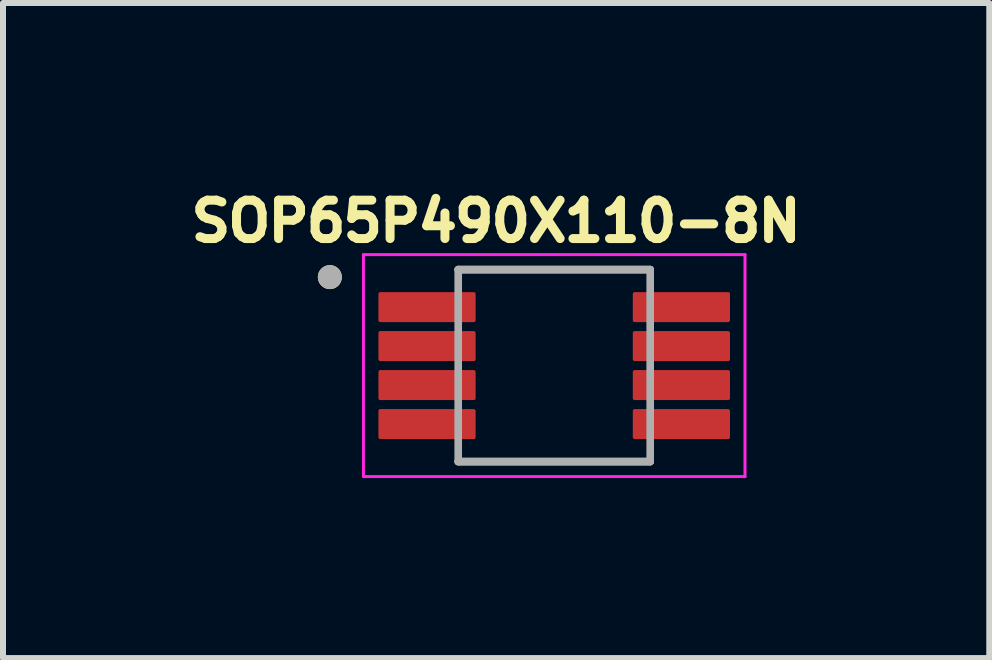
<source format=kicad_pcb>
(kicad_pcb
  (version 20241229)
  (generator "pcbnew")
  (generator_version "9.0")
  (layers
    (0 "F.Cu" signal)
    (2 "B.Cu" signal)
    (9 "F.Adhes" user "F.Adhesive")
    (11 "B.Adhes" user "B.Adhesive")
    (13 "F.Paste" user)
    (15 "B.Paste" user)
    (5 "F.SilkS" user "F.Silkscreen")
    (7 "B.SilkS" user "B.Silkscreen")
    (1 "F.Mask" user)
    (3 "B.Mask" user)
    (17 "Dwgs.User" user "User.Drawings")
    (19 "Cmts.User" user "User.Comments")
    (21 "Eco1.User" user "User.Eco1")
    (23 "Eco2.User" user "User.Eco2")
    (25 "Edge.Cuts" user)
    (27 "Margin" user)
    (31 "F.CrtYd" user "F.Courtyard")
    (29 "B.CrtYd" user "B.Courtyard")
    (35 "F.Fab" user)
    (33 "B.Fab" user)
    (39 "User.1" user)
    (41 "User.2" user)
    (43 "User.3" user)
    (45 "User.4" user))
  (footprint "SOP65P490X110-8N"
    (layer "F.Cu")
    (at 6.188 3.044)
    (property "Reference" "SOP65P490X110-8N" (at -0.968 -2.406 0) (layer "F.SilkS") (effects (font (size 0.64 0.64) (thickness 0.15))))
    (attr through_hole)
    (fp_line (start -1.6 -1.6) (end 1.6 -1.6) (stroke (width 0.127) (type solid)) (layer "F.SilkS"))
    (fp_line (start -1.6 1.6) (end 1.6 1.6) (stroke (width 0.127) (type solid)) (layer "F.SilkS"))
    (fp_circle (center -3.74 -1.475) (end -3.64 -1.475) (stroke (width 0.2) (type solid)) (fill no) (layer "F.SilkS"))
    (fp_line (start -3.18 -1.85) (end -3.18 1.85) (stroke (width 0.05) (type solid)) (layer "F.CrtYd"))
    (fp_line (start -3.18 -1.85) (end 3.18 -1.85) (stroke (width 0.05) (type solid)) (layer "F.CrtYd"))
    (fp_line (start -3.18 1.85) (end 3.18 1.85) (stroke (width 0.05) (type solid)) (layer "F.CrtYd"))
    (fp_line (start 3.18 -1.85) (end 3.18 1.85) (stroke (width 0.05) (type solid)) (layer "F.CrtYd"))
    (fp_line (start -1.6 -1.6) (end -1.6 1.6) (stroke (width 0.127) (type solid)) (layer "F.Fab"))
    (fp_line (start -1.6 -1.6) (end 1.6 -1.6) (stroke (width 0.127) (type solid)) (layer "F.Fab"))
    (fp_line (start -1.6 1.6) (end 1.6 1.6) (stroke (width 0.127) (type solid)) (layer "F.Fab"))
    (fp_line (start 1.6 -1.6) (end 1.6 1.6) (stroke (width 0.127) (type solid)) (layer "F.Fab"))
    (fp_circle (center -3.74 -1.475) (end -3.64 -1.475) (stroke (width 0.2) (type solid)) (fill no) (layer "F.Fab"))
    (pad "1" smd roundrect (at -2.12 -0.975) (size 1.62 0.5) (layers "F.Cu" "F.Mask" "F.Paste") (roundrect_rratio 0.06))
    (pad "2" smd roundrect (at -2.12 -0.325) (size 1.62 0.5) (layers "F.Cu" "F.Mask" "F.Paste") (roundrect_rratio 0.06))
    (pad "3" smd roundrect (at -2.12 0.325) (size 1.62 0.5) (layers "F.Cu" "F.Mask" "F.Paste") (roundrect_rratio 0.06))
    (pad "4" smd roundrect (at -2.12 0.975) (size 1.62 0.5) (layers "F.Cu" "F.Mask" "F.Paste") (roundrect_rratio 0.06))
    (pad "5" smd roundrect (at 2.12 0.975) (size 1.62 0.5) (layers "F.Cu" "F.Mask" "F.Paste") (roundrect_rratio 0.06))
    (pad "6" smd roundrect (at 2.12 0.325) (size 1.62 0.5) (layers "F.Cu" "F.Mask" "F.Paste") (roundrect_rratio 0.06))
    (pad "7" smd roundrect (at 2.12 -0.325) (size 1.62 0.5) (layers "F.Cu" "F.Mask" "F.Paste") (roundrect_rratio 0.06))
    (pad "8" smd roundrect (at 2.12 -0.975) (size 1.62 0.5) (layers "F.Cu" "F.Mask" "F.Paste") (roundrect_rratio 0.06)))
  (gr_rect
    (start -3 -3)
    (end 13.44 7.919)
    (stroke (width 0.1) (type default))
    (fill no)
    (layer "Edge.Cuts")))
</source>
